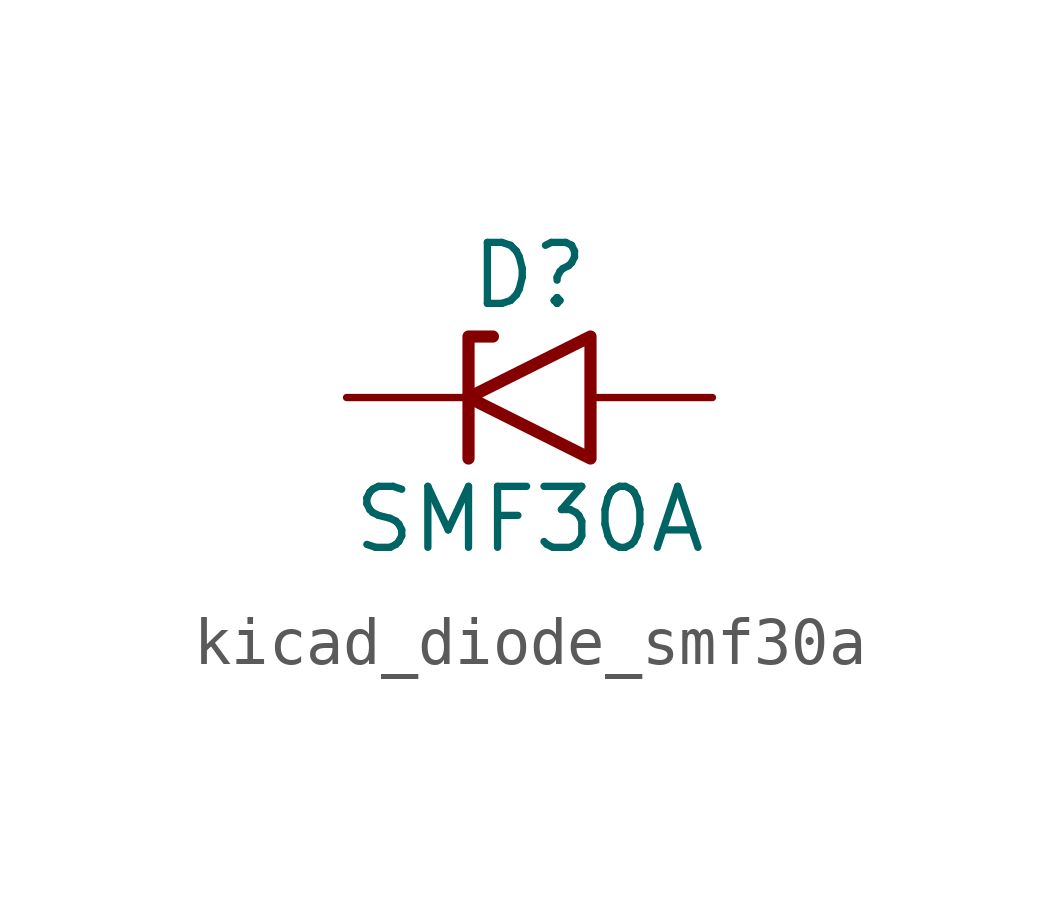
<source format=kicad_sym>
(kicad_symbol_lib
  (version 20220914)
  (generator kicad_symbol_editor)
  (symbol "kicad_diode_smf30a"
    (pin_numbers hide)
    (pin_names
      (offset 1.016) hide)
    (property "Reference" "D"
      (at 0 2.54 0)
      (effects (font (size 1.27 1.27))))
    (property "Value" "SMF30A"
      (at 0 -2.54 0)
      (effects (font (size 1.27 1.27))))
    (symbol "kicad_diode_smf30a_0_1"
      (polyline (pts (xy -0.762 1.27) (xy -1.27 1.27) (xy -1.27 -1.27)) (stroke (width 0.254) (type default)) (fill (type none)))
      (polyline (pts (xy 1.27 1.27) (xy 1.27 -1.27) (xy -1.27 0) (xy 1.27 1.27)) (stroke (width 0.254) (type default)) (fill (type none))))
    (symbol "kicad_diode_smf30a_1_1"
      (pin passive line (at -3.81 0 0) (length 2.54) (name "A1" (effects (font (size 1.27 1.27)))) (number "1" (effects (font (size 1.27 1.27)))))
      (pin passive line (at 3.81 0 180) (length 2.54) (name "A2" (effects (font (size 1.27 1.27)))) (number "2" (effects (font (size 1.27 1.27))))))))
</source>
